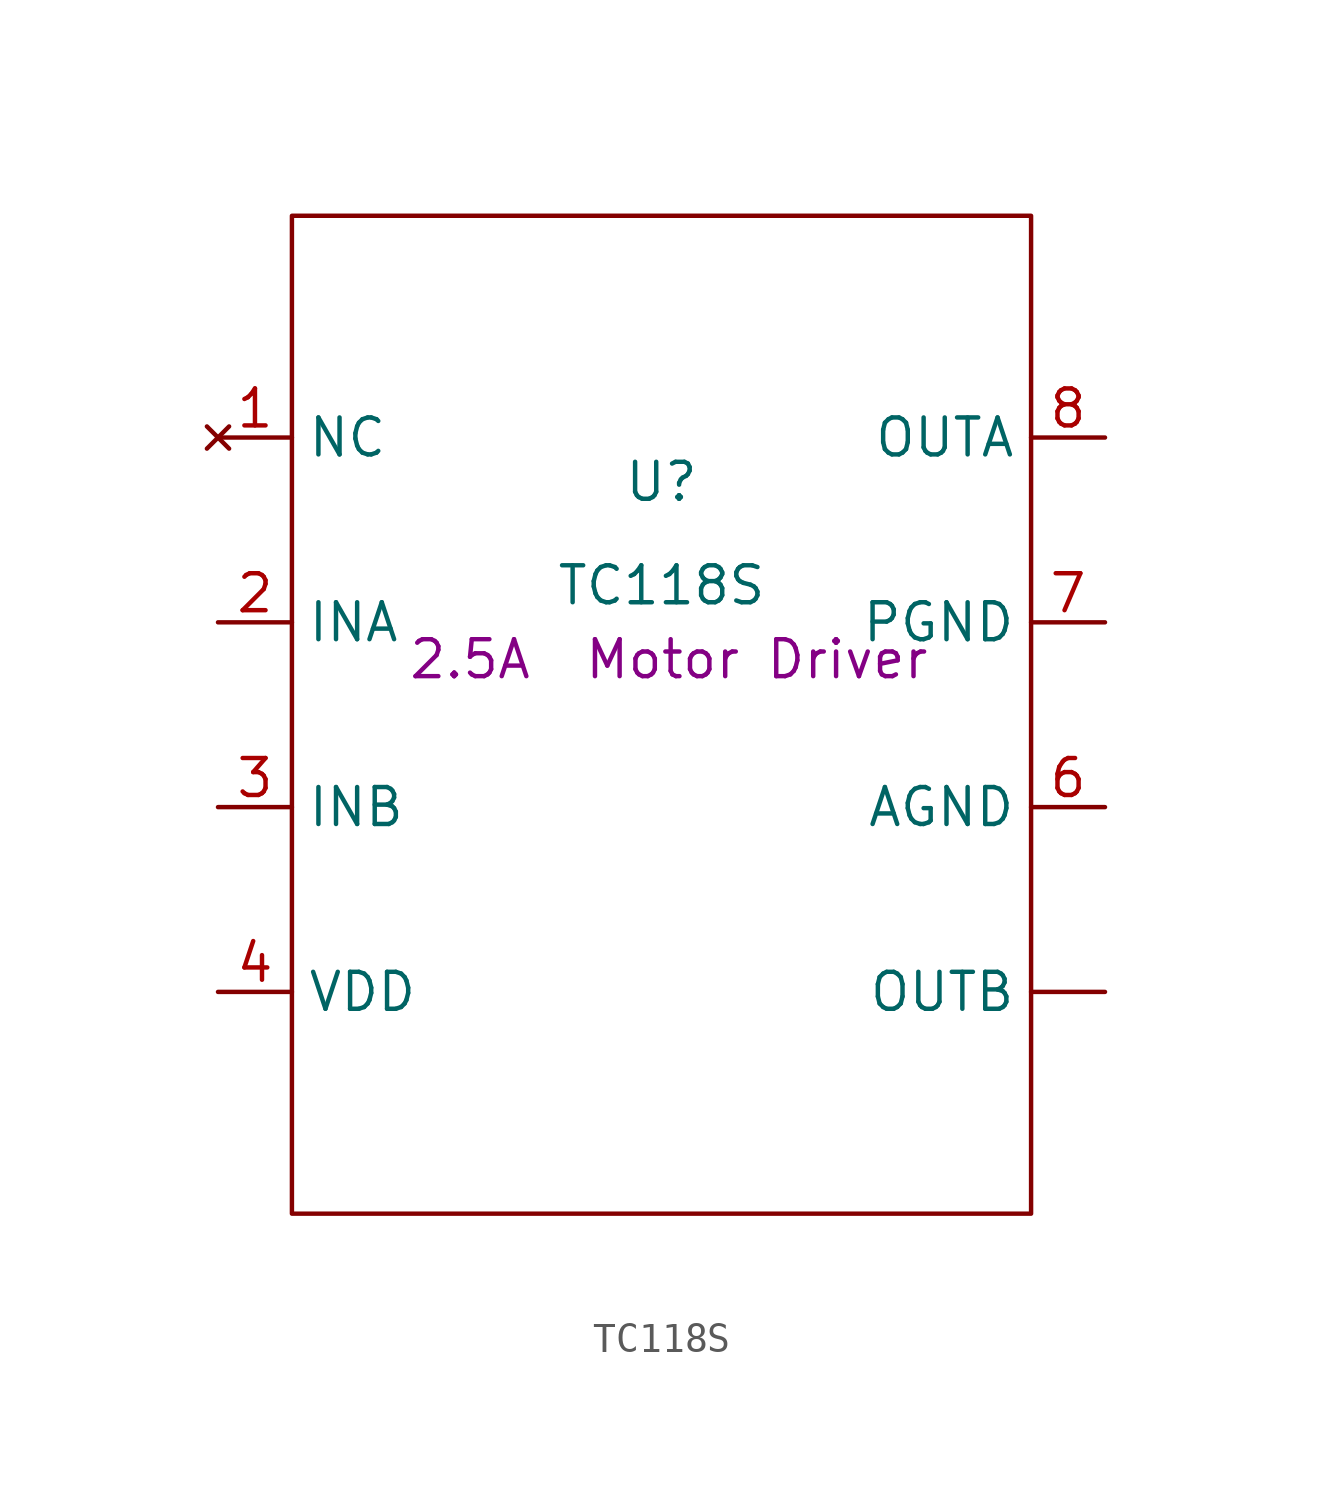
<source format=kicad_sym>
(kicad_symbol_lib
  (version 20241209)
  (generator "kicad_symbol_editor")
  (generator_version "9.0")
  (symbol "TC118S"
    (property "Reference" "U"
      (at 0 3.556 0)
      (effects (font (size 1.27 1.27))))
    (property "Value" "TC118S"
      (at 0 0 0)
      (effects (font (size 1.27 1.27))))
    (property "Description" "2.5A  Motor Driver"
      (at 0.254 -2.54 0)
      (effects (font (size 1.27 1.27))))
    (symbol "TC118S_0_1"
      (rectangle (start -12.7 12.7) (end 12.7 -21.59) (stroke (width 0) (type default)) (fill (type none))))
    (symbol "TC118S_1_1"
      (pin no_connect line (at -15.24 5.08 0) (length 2.54) (name "NC" (effects (font (size 1.27 1.27)))) (number "1" (effects (font (size 1.27 1.27)))))
      (pin input line (at -15.24 -1.27 0) (length 2.54) (name "INA" (effects (font (size 1.27 1.27)))) (number "2" (effects (font (size 1.27 1.27)))))
      (pin input line (at -15.24 -7.62 0) (length 2.54) (name "INB" (effects (font (size 1.27 1.27)))) (number "3" (effects (font (size 1.27 1.27)))))
      (pin power_in line (at -15.24 -13.97 0) (length 2.54) (name "VDD" (effects (font (size 1.27 1.27)))) (number "4" (effects (font (size 1.27 1.27)))))
      (pin power_out line (at 15.24 5.08 180) (length 2.54) (name "OUTA" (effects (font (size 1.27 1.27)))) (number "8" (effects (font (size 1.27 1.27)))))
      (pin power_in line (at 15.24 -1.27 180) (length 2.54) (name "PGND" (effects (font (size 1.27 1.27)))) (number "7" (effects (font (size 1.27 1.27)))))
      (pin power_in line (at 15.24 -7.62 180) (length 2.54) (name "AGND" (effects (font (size 1.27 1.27)))) (number "6" (effects (font (size 1.27 1.27)))))
      (pin power_in line (at 15.24 -13.97 180) (length 2.54) (name "OUTB" (effects (font (size 1.27 1.27)))) (number "" (effects (font (size 1.27 1.27))))))))
</source>
